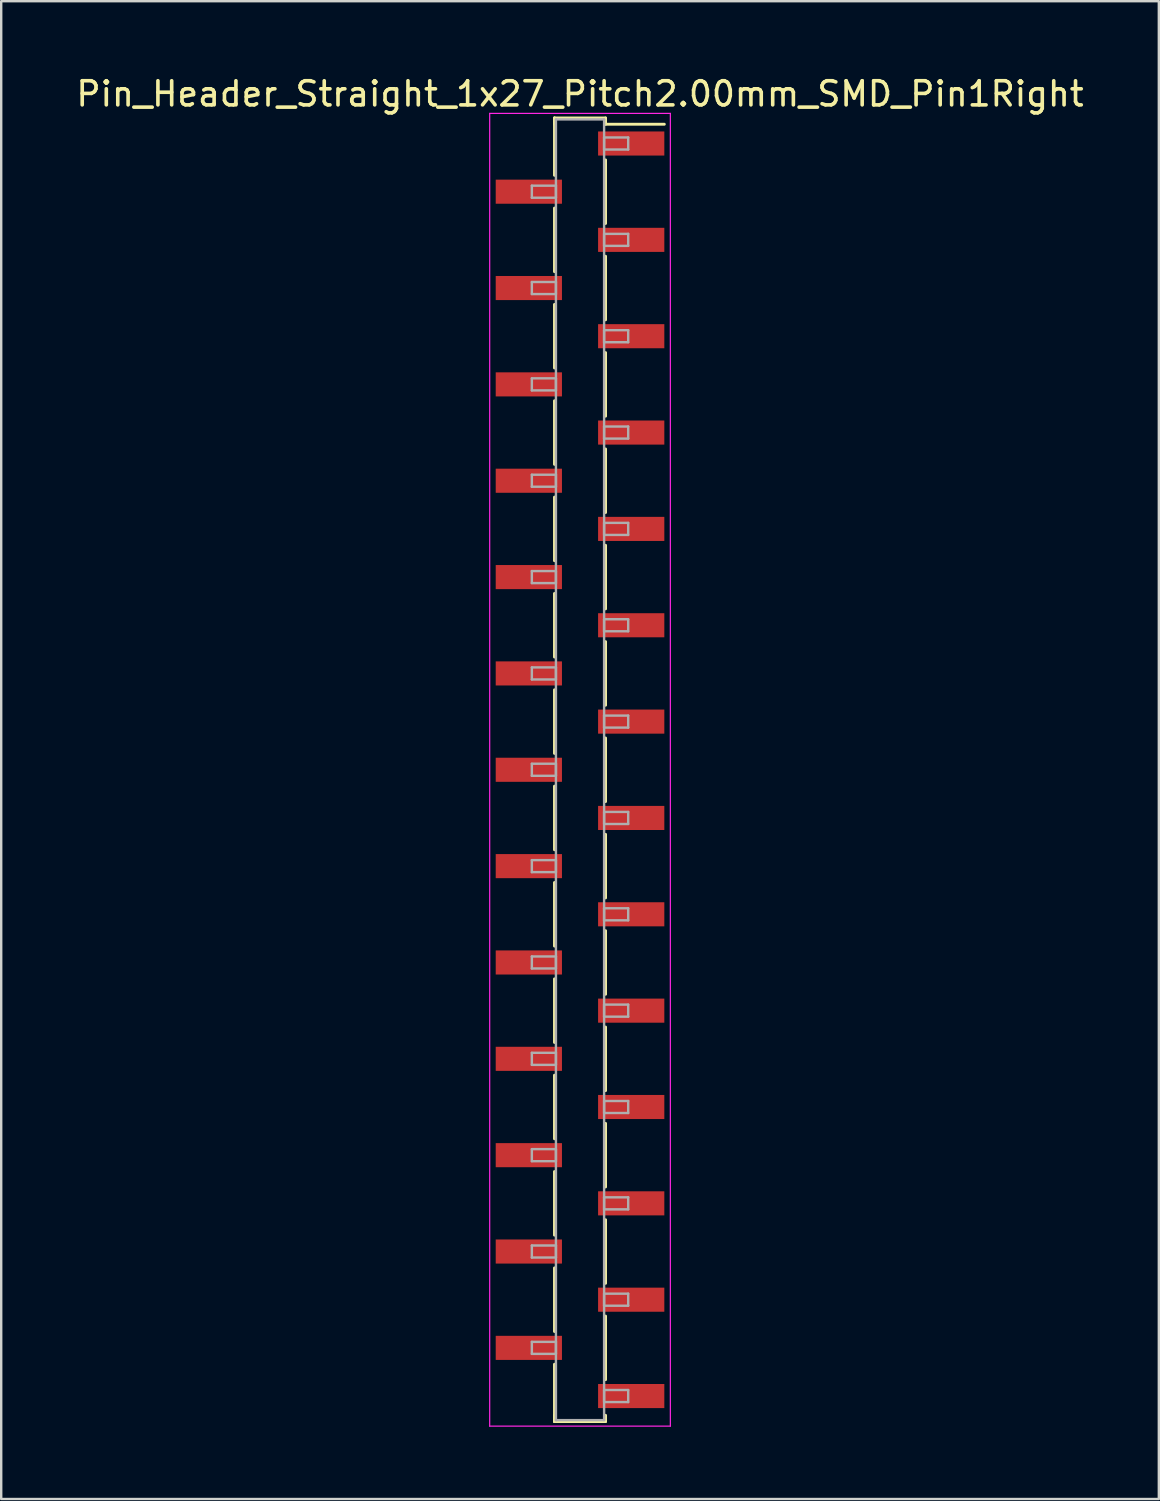
<source format=kicad_pcb>
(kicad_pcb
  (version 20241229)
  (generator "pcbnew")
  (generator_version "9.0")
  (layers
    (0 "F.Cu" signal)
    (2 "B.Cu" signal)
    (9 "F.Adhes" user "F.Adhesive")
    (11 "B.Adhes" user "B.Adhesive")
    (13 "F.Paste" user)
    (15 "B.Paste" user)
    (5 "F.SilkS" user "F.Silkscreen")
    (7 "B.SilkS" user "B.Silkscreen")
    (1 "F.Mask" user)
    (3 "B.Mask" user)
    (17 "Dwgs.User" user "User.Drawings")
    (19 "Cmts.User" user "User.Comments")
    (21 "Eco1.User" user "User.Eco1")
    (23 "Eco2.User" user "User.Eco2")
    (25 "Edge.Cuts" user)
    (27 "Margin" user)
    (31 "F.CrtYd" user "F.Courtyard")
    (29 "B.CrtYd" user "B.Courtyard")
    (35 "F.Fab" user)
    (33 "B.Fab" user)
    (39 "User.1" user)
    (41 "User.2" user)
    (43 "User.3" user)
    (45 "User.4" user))
  (footprint "Pin_Header_Straight_1x27_Pitch2.00mm_SMD_Pin1Right"
    (layer "F.Cu")
    (at 21.03 28.908)
    (property "Reference" "Pin_Header_Straight_1x27_Pitch2.00mm_SMD_Pin1Right" (at 0 -28.06 0) (layer "F.SilkS") (effects (font (size 1 1) (thickness 0.15))))
    (attr smd)
    (fp_line (start -1.06 -27.06) (end -1.06 -24.68) (stroke (width 0.12) (type solid)) (layer "F.SilkS"))
    (fp_line (start -1.06 -27.06) (end 1.06 -27.06) (stroke (width 0.12) (type solid)) (layer "F.SilkS"))
    (fp_line (start -1.06 -26.8) (end -1.06 -27.06) (stroke (width 0.12) (type solid)) (layer "F.SilkS"))
    (fp_line (start -1.06 -23.32) (end -1.06 -20.68) (stroke (width 0.12) (type solid)) (layer "F.SilkS"))
    (fp_line (start -1.06 -19.32) (end -1.06 -16.68) (stroke (width 0.12) (type solid)) (layer "F.SilkS"))
    (fp_line (start -1.06 -15.32) (end -1.06 -12.68) (stroke (width 0.12) (type solid)) (layer "F.SilkS"))
    (fp_line (start -1.06 -11.32) (end -1.06 -8.68) (stroke (width 0.12) (type solid)) (layer "F.SilkS"))
    (fp_line (start -1.06 -7.32) (end -1.06 -4.68) (stroke (width 0.12) (type solid)) (layer "F.SilkS"))
    (fp_line (start -1.06 -3.32) (end -1.06 -0.68) (stroke (width 0.12) (type solid)) (layer "F.SilkS"))
    (fp_line (start -1.06 0.68) (end -1.06 3.32) (stroke (width 0.12) (type solid)) (layer "F.SilkS"))
    (fp_line (start -1.06 4.68) (end -1.06 7.32) (stroke (width 0.12) (type solid)) (layer "F.SilkS"))
    (fp_line (start -1.06 8.68) (end -1.06 11.32) (stroke (width 0.12) (type solid)) (layer "F.SilkS"))
    (fp_line (start -1.06 12.68) (end -1.06 15.32) (stroke (width 0.12) (type solid)) (layer "F.SilkS"))
    (fp_line (start -1.06 16.68) (end -1.06 19.32) (stroke (width 0.12) (type solid)) (layer "F.SilkS"))
    (fp_line (start -1.06 20.68) (end -1.06 23.32) (stroke (width 0.12) (type solid)) (layer "F.SilkS"))
    (fp_line (start -1.06 24.68) (end -1.06 27.06) (stroke (width 0.12) (type solid)) (layer "F.SilkS"))
    (fp_line (start -1.06 26.8) (end -1.06 27.06) (stroke (width 0.12) (type solid)) (layer "F.SilkS"))
    (fp_line (start -1.06 27.06) (end 1.06 27.06) (stroke (width 0.12) (type solid)) (layer "F.SilkS"))
    (fp_line (start 1.06 -27.06) (end 1.06 -26.8) (stroke (width 0.12) (type solid)) (layer "F.SilkS"))
    (fp_line (start 1.06 -26.8) (end 3.5 -26.8) (stroke (width 0.12) (type solid)) (layer "F.SilkS"))
    (fp_line (start 1.06 -25.32) (end 1.06 -22.68) (stroke (width 0.12) (type solid)) (layer "F.SilkS"))
    (fp_line (start 1.06 -21.32) (end 1.06 -18.68) (stroke (width 0.12) (type solid)) (layer "F.SilkS"))
    (fp_line (start 1.06 -17.32) (end 1.06 -14.68) (stroke (width 0.12) (type solid)) (layer "F.SilkS"))
    (fp_line (start 1.06 -13.32) (end 1.06 -10.68) (stroke (width 0.12) (type solid)) (layer "F.SilkS"))
    (fp_line (start 1.06 -9.32) (end 1.06 -6.68) (stroke (width 0.12) (type solid)) (layer "F.SilkS"))
    (fp_line (start 1.06 -5.32) (end 1.06 -2.68) (stroke (width 0.12) (type solid)) (layer "F.SilkS"))
    (fp_line (start 1.06 -1.32) (end 1.06 1.32) (stroke (width 0.12) (type solid)) (layer "F.SilkS"))
    (fp_line (start 1.06 2.68) (end 1.06 5.32) (stroke (width 0.12) (type solid)) (layer "F.SilkS"))
    (fp_line (start 1.06 6.68) (end 1.06 9.32) (stroke (width 0.12) (type solid)) (layer "F.SilkS"))
    (fp_line (start 1.06 10.68) (end 1.06 13.32) (stroke (width 0.12) (type solid)) (layer "F.SilkS"))
    (fp_line (start 1.06 14.68) (end 1.06 17.32) (stroke (width 0.12) (type solid)) (layer "F.SilkS"))
    (fp_line (start 1.06 18.68) (end 1.06 21.32) (stroke (width 0.12) (type solid)) (layer "F.SilkS"))
    (fp_line (start 1.06 22.68) (end 1.06 25.32) (stroke (width 0.12) (type solid)) (layer "F.SilkS"))
    (fp_line (start 1.06 27.06) (end 1.06 26.8) (stroke (width 0.12) (type solid)) (layer "F.SilkS"))
    (fp_line (start -3.75 -27.25) (end -3.75 27.25) (stroke (width 0.05) (type solid)) (layer "F.CrtYd"))
    (fp_line (start -3.75 27.25) (end 3.75 27.25) (stroke (width 0.05) (type solid)) (layer "F.CrtYd"))
    (fp_line (start 3.75 -27.25) (end -3.75 -27.25) (stroke (width 0.05) (type solid)) (layer "F.CrtYd"))
    (fp_line (start 3.75 27.25) (end 3.75 -27.25) (stroke (width 0.05) (type solid)) (layer "F.CrtYd"))
    (fp_line (start -2 -24.25) (end -1 -24.25) (stroke (width 0.1) (type solid)) (layer "F.Fab"))
    (fp_line (start -2 -23.75) (end -2 -24.25) (stroke (width 0.1) (type solid)) (layer "F.Fab"))
    (fp_line (start -2 -20.25) (end -1 -20.25) (stroke (width 0.1) (type solid)) (layer "F.Fab"))
    (fp_line (start -2 -19.75) (end -2 -20.25) (stroke (width 0.1) (type solid)) (layer "F.Fab"))
    (fp_line (start -2 -16.25) (end -1 -16.25) (stroke (width 0.1) (type solid)) (layer "F.Fab"))
    (fp_line (start -2 -15.75) (end -2 -16.25) (stroke (width 0.1) (type solid)) (layer "F.Fab"))
    (fp_line (start -2 -12.25) (end -1 -12.25) (stroke (width 0.1) (type solid)) (layer "F.Fab"))
    (fp_line (start -2 -11.75) (end -2 -12.25) (stroke (width 0.1) (type solid)) (layer "F.Fab"))
    (fp_line (start -2 -8.25) (end -1 -8.25) (stroke (width 0.1) (type solid)) (layer "F.Fab"))
    (fp_line (start -2 -7.75) (end -2 -8.25) (stroke (width 0.1) (type solid)) (layer "F.Fab"))
    (fp_line (start -2 -4.25) (end -1 -4.25) (stroke (width 0.1) (type solid)) (layer "F.Fab"))
    (fp_line (start -2 -3.75) (end -2 -4.25) (stroke (width 0.1) (type solid)) (layer "F.Fab"))
    (fp_line (start -2 -0.25) (end -1 -0.25) (stroke (width 0.1) (type solid)) (layer "F.Fab"))
    (fp_line (start -2 0.25) (end -2 -0.25) (stroke (width 0.1) (type solid)) (layer "F.Fab"))
    (fp_line (start -2 3.75) (end -1 3.75) (stroke (width 0.1) (type solid)) (layer "F.Fab"))
    (fp_line (start -2 4.25) (end -2 3.75) (stroke (width 0.1) (type solid)) (layer "F.Fab"))
    (fp_line (start -2 7.75) (end -1 7.75) (stroke (width 0.1) (type solid)) (layer "F.Fab"))
    (fp_line (start -2 8.25) (end -2 7.75) (stroke (width 0.1) (type solid)) (layer "F.Fab"))
    (fp_line (start -2 11.75) (end -1 11.75) (stroke (width 0.1) (type solid)) (layer "F.Fab"))
    (fp_line (start -2 12.25) (end -2 11.75) (stroke (width 0.1) (type solid)) (layer "F.Fab"))
    (fp_line (start -2 15.75) (end -1 15.75) (stroke (width 0.1) (type solid)) (layer "F.Fab"))
    (fp_line (start -2 16.25) (end -2 15.75) (stroke (width 0.1) (type solid)) (layer "F.Fab"))
    (fp_line (start -2 19.75) (end -1 19.75) (stroke (width 0.1) (type solid)) (layer "F.Fab"))
    (fp_line (start -2 20.25) (end -2 19.75) (stroke (width 0.1) (type solid)) (layer "F.Fab"))
    (fp_line (start -2 23.75) (end -1 23.75) (stroke (width 0.1) (type solid)) (layer "F.Fab"))
    (fp_line (start -2 24.25) (end -2 23.75) (stroke (width 0.1) (type solid)) (layer "F.Fab"))
    (fp_line (start -1 -27) (end -1 27) (stroke (width 0.1) (type solid)) (layer "F.Fab"))
    (fp_line (start -1 -24.25) (end -1 -23.75) (stroke (width 0.1) (type solid)) (layer "F.Fab"))
    (fp_line (start -1 -23.75) (end -2 -23.75) (stroke (width 0.1) (type solid)) (layer "F.Fab"))
    (fp_line (start -1 -20.25) (end -1 -19.75) (stroke (width 0.1) (type solid)) (layer "F.Fab"))
    (fp_line (start -1 -19.75) (end -2 -19.75) (stroke (width 0.1) (type solid)) (layer "F.Fab"))
    (fp_line (start -1 -16.25) (end -1 -15.75) (stroke (width 0.1) (type solid)) (layer "F.Fab"))
    (fp_line (start -1 -15.75) (end -2 -15.75) (stroke (width 0.1) (type solid)) (layer "F.Fab"))
    (fp_line (start -1 -12.25) (end -1 -11.75) (stroke (width 0.1) (type solid)) (layer "F.Fab"))
    (fp_line (start -1 -11.75) (end -2 -11.75) (stroke (width 0.1) (type solid)) (layer "F.Fab"))
    (fp_line (start -1 -8.25) (end -1 -7.75) (stroke (width 0.1) (type solid)) (layer "F.Fab"))
    (fp_line (start -1 -7.75) (end -2 -7.75) (stroke (width 0.1) (type solid)) (layer "F.Fab"))
    (fp_line (start -1 -4.25) (end -1 -3.75) (stroke (width 0.1) (type solid)) (layer "F.Fab"))
    (fp_line (start -1 -3.75) (end -2 -3.75) (stroke (width 0.1) (type solid)) (layer "F.Fab"))
    (fp_line (start -1 -0.25) (end -1 0.25) (stroke (width 0.1) (type solid)) (layer "F.Fab"))
    (fp_line (start -1 0.25) (end -2 0.25) (stroke (width 0.1) (type solid)) (layer "F.Fab"))
    (fp_line (start -1 3.75) (end -1 4.25) (stroke (width 0.1) (type solid)) (layer "F.Fab"))
    (fp_line (start -1 4.25) (end -2 4.25) (stroke (width 0.1) (type solid)) (layer "F.Fab"))
    (fp_line (start -1 7.75) (end -1 8.25) (stroke (width 0.1) (type solid)) (layer "F.Fab"))
    (fp_line (start -1 8.25) (end -2 8.25) (stroke (width 0.1) (type solid)) (layer "F.Fab"))
    (fp_line (start -1 11.75) (end -1 12.25) (stroke (width 0.1) (type solid)) (layer "F.Fab"))
    (fp_line (start -1 12.25) (end -2 12.25) (stroke (width 0.1) (type solid)) (layer "F.Fab"))
    (fp_line (start -1 15.75) (end -1 16.25) (stroke (width 0.1) (type solid)) (layer "F.Fab"))
    (fp_line (start -1 16.25) (end -2 16.25) (stroke (width 0.1) (type solid)) (layer "F.Fab"))
    (fp_line (start -1 19.75) (end -1 20.25) (stroke (width 0.1) (type solid)) (layer "F.Fab"))
    (fp_line (start -1 20.25) (end -2 20.25) (stroke (width 0.1) (type solid)) (layer "F.Fab"))
    (fp_line (start -1 23.75) (end -1 24.25) (stroke (width 0.1) (type solid)) (layer "F.Fab"))
    (fp_line (start -1 24.25) (end -2 24.25) (stroke (width 0.1) (type solid)) (layer "F.Fab"))
    (fp_line (start -1 27) (end 1 27) (stroke (width 0.1) (type solid)) (layer "F.Fab"))
    (fp_line (start 1 -27) (end -1 -27) (stroke (width 0.1) (type solid)) (layer "F.Fab"))
    (fp_line (start 1 -26.25) (end 1 -25.75) (stroke (width 0.1) (type solid)) (layer "F.Fab"))
    (fp_line (start 1 -25.75) (end 2 -25.75) (stroke (width 0.1) (type solid)) (layer "F.Fab"))
    (fp_line (start 1 -22.25) (end 1 -21.75) (stroke (width 0.1) (type solid)) (layer "F.Fab"))
    (fp_line (start 1 -21.75) (end 2 -21.75) (stroke (width 0.1) (type solid)) (layer "F.Fab"))
    (fp_line (start 1 -18.25) (end 1 -17.75) (stroke (width 0.1) (type solid)) (layer "F.Fab"))
    (fp_line (start 1 -17.75) (end 2 -17.75) (stroke (width 0.1) (type solid)) (layer "F.Fab"))
    (fp_line (start 1 -14.25) (end 1 -13.75) (stroke (width 0.1) (type solid)) (layer "F.Fab"))
    (fp_line (start 1 -13.75) (end 2 -13.75) (stroke (width 0.1) (type solid)) (layer "F.Fab"))
    (fp_line (start 1 -10.25) (end 1 -9.75) (stroke (width 0.1) (type solid)) (layer "F.Fab"))
    (fp_line (start 1 -9.75) (end 2 -9.75) (stroke (width 0.1) (type solid)) (layer "F.Fab"))
    (fp_line (start 1 -6.25) (end 1 -5.75) (stroke (width 0.1) (type solid)) (layer "F.Fab"))
    (fp_line (start 1 -5.75) (end 2 -5.75) (stroke (width 0.1) (type solid)) (layer "F.Fab"))
    (fp_line (start 1 -2.25) (end 1 -1.75) (stroke (width 0.1) (type solid)) (layer "F.Fab"))
    (fp_line (start 1 -1.75) (end 2 -1.75) (stroke (width 0.1) (type solid)) (layer "F.Fab"))
    (fp_line (start 1 1.75) (end 1 2.25) (stroke (width 0.1) (type solid)) (layer "F.Fab"))
    (fp_line (start 1 2.25) (end 2 2.25) (stroke (width 0.1) (type solid)) (layer "F.Fab"))
    (fp_line (start 1 5.75) (end 1 6.25) (stroke (width 0.1) (type solid)) (layer "F.Fab"))
    (fp_line (start 1 6.25) (end 2 6.25) (stroke (width 0.1) (type solid)) (layer "F.Fab"))
    (fp_line (start 1 9.75) (end 1 10.25) (stroke (width 0.1) (type solid)) (layer "F.Fab"))
    (fp_line (start 1 10.25) (end 2 10.25) (stroke (width 0.1) (type solid)) (layer "F.Fab"))
    (fp_line (start 1 13.75) (end 1 14.25) (stroke (width 0.1) (type solid)) (layer "F.Fab"))
    (fp_line (start 1 14.25) (end 2 14.25) (stroke (width 0.1) (type solid)) (layer "F.Fab"))
    (fp_line (start 1 17.75) (end 1 18.25) (stroke (width 0.1) (type solid)) (layer "F.Fab"))
    (fp_line (start 1 18.25) (end 2 18.25) (stroke (width 0.1) (type solid)) (layer "F.Fab"))
    (fp_line (start 1 21.75) (end 1 22.25) (stroke (width 0.1) (type solid)) (layer "F.Fab"))
    (fp_line (start 1 22.25) (end 2 22.25) (stroke (width 0.1) (type solid)) (layer "F.Fab"))
    (fp_line (start 1 25.75) (end 1 26.25) (stroke (width 0.1) (type solid)) (layer "F.Fab"))
    (fp_line (start 1 26.25) (end 2 26.25) (stroke (width 0.1) (type solid)) (layer "F.Fab"))
    (fp_line (start 1 27) (end 1 -27) (stroke (width 0.1) (type solid)) (layer "F.Fab"))
    (fp_line (start 2 -26.25) (end 1 -26.25) (stroke (width 0.1) (type solid)) (layer "F.Fab"))
    (fp_line (start 2 -25.75) (end 2 -26.25) (stroke (width 0.1) (type solid)) (layer "F.Fab"))
    (fp_line (start 2 -22.25) (end 1 -22.25) (stroke (width 0.1) (type solid)) (layer "F.Fab"))
    (fp_line (start 2 -21.75) (end 2 -22.25) (stroke (width 0.1) (type solid)) (layer "F.Fab"))
    (fp_line (start 2 -18.25) (end 1 -18.25) (stroke (width 0.1) (type solid)) (layer "F.Fab"))
    (fp_line (start 2 -17.75) (end 2 -18.25) (stroke (width 0.1) (type solid)) (layer "F.Fab"))
    (fp_line (start 2 -14.25) (end 1 -14.25) (stroke (width 0.1) (type solid)) (layer "F.Fab"))
    (fp_line (start 2 -13.75) (end 2 -14.25) (stroke (width 0.1) (type solid)) (layer "F.Fab"))
    (fp_line (start 2 -10.25) (end 1 -10.25) (stroke (width 0.1) (type solid)) (layer "F.Fab"))
    (fp_line (start 2 -9.75) (end 2 -10.25) (stroke (width 0.1) (type solid)) (layer "F.Fab"))
    (fp_line (start 2 -6.25) (end 1 -6.25) (stroke (width 0.1) (type solid)) (layer "F.Fab"))
    (fp_line (start 2 -5.75) (end 2 -6.25) (stroke (width 0.1) (type solid)) (layer "F.Fab"))
    (fp_line (start 2 -2.25) (end 1 -2.25) (stroke (width 0.1) (type solid)) (layer "F.Fab"))
    (fp_line (start 2 -1.75) (end 2 -2.25) (stroke (width 0.1) (type solid)) (layer "F.Fab"))
    (fp_line (start 2 1.75) (end 1 1.75) (stroke (width 0.1) (type solid)) (layer "F.Fab"))
    (fp_line (start 2 2.25) (end 2 1.75) (stroke (width 0.1) (type solid)) (layer "F.Fab"))
    (fp_line (start 2 5.75) (end 1 5.75) (stroke (width 0.1) (type solid)) (layer "F.Fab"))
    (fp_line (start 2 6.25) (end 2 5.75) (stroke (width 0.1) (type solid)) (layer "F.Fab"))
    (fp_line (start 2 9.75) (end 1 9.75) (stroke (width 0.1) (type solid)) (layer "F.Fab"))
    (fp_line (start 2 10.25) (end 2 9.75) (stroke (width 0.1) (type solid)) (layer "F.Fab"))
    (fp_line (start 2 13.75) (end 1 13.75) (stroke (width 0.1) (type solid)) (layer "F.Fab"))
    (fp_line (start 2 14.25) (end 2 13.75) (stroke (width 0.1) (type solid)) (layer "F.Fab"))
    (fp_line (start 2 17.75) (end 1 17.75) (stroke (width 0.1) (type solid)) (layer "F.Fab"))
    (fp_line (start 2 18.25) (end 2 17.75) (stroke (width 0.1) (type solid)) (layer "F.Fab"))
    (fp_line (start 2 21.75) (end 1 21.75) (stroke (width 0.1) (type solid)) (layer "F.Fab"))
    (fp_line (start 2 22.25) (end 2 21.75) (stroke (width 0.1) (type solid)) (layer "F.Fab"))
    (fp_line (start 2 25.75) (end 1 25.75) (stroke (width 0.1) (type solid)) (layer "F.Fab"))
    (fp_line (start 2 26.25) (end 2 25.75) (stroke (width 0.1) (type solid)) (layer "F.Fab"))
    (pad "1" smd rect (at 2.125 -26) (size 2.75 1) (layers "F.Cu" "F.Mask"))
    (pad "2" smd rect (at -2.125 -24) (size 2.75 1) (layers "F.Cu" "F.Mask"))
    (pad "3" smd rect (at 2.125 -22) (size 2.75 1) (layers "F.Cu" "F.Mask"))
    (pad "4" smd rect (at -2.125 -20) (size 2.75 1) (layers "F.Cu" "F.Mask"))
    (pad "5" smd rect (at 2.125 -18) (size 2.75 1) (layers "F.Cu" "F.Mask"))
    (pad "6" smd rect (at -2.125 -16) (size 2.75 1) (layers "F.Cu" "F.Mask"))
    (pad "7" smd rect (at 2.125 -14) (size 2.75 1) (layers "F.Cu" "F.Mask"))
    (pad "8" smd rect (at -2.125 -12) (size 2.75 1) (layers "F.Cu" "F.Mask"))
    (pad "9" smd rect (at 2.125 -10) (size 2.75 1) (layers "F.Cu" "F.Mask"))
    (pad "10" smd rect (at -2.125 -8) (size 2.75 1) (layers "F.Cu" "F.Mask"))
    (pad "11" smd rect (at 2.125 -6) (size 2.75 1) (layers "F.Cu" "F.Mask"))
    (pad "12" smd rect (at -2.125 -4) (size 2.75 1) (layers "F.Cu" "F.Mask"))
    (pad "13" smd rect (at 2.125 -2) (size 2.75 1) (layers "F.Cu" "F.Mask"))
    (pad "14" smd rect (at -2.125 0) (size 2.75 1) (layers "F.Cu" "F.Mask"))
    (pad "15" smd rect (at 2.125 2) (size 2.75 1) (layers "F.Cu" "F.Mask"))
    (pad "16" smd rect (at -2.125 4) (size 2.75 1) (layers "F.Cu" "F.Mask"))
    (pad "17" smd rect (at 2.125 6) (size 2.75 1) (layers "F.Cu" "F.Mask"))
    (pad "18" smd rect (at -2.125 8) (size 2.75 1) (layers "F.Cu" "F.Mask"))
    (pad "19" smd rect (at 2.125 10) (size 2.75 1) (layers "F.Cu" "F.Mask"))
    (pad "20" smd rect (at -2.125 12) (size 2.75 1) (layers "F.Cu" "F.Mask"))
    (pad "21" smd rect (at 2.125 14) (size 2.75 1) (layers "F.Cu" "F.Mask"))
    (pad "22" smd rect (at -2.125 16) (size 2.75 1) (layers "F.Cu" "F.Mask"))
    (pad "23" smd rect (at 2.125 18) (size 2.75 1) (layers "F.Cu" "F.Mask"))
    (pad "24" smd rect (at -2.125 20) (size 2.75 1) (layers "F.Cu" "F.Mask"))
    (pad "25" smd rect (at 2.125 22) (size 2.75 1) (layers "F.Cu" "F.Mask"))
    (pad "26" smd rect (at -2.125 24) (size 2.75 1) (layers "F.Cu" "F.Mask"))
    (pad "27" smd rect (at 2.125 26) (size 2.75 1) (layers "F.Cu" "F.Mask")))
  (gr_rect
    (start -3 -3)
    (end 45.06 59.183)
    (stroke (width 0.1) (type default))
    (fill no)
    (layer "Edge.Cuts")))
</source>
